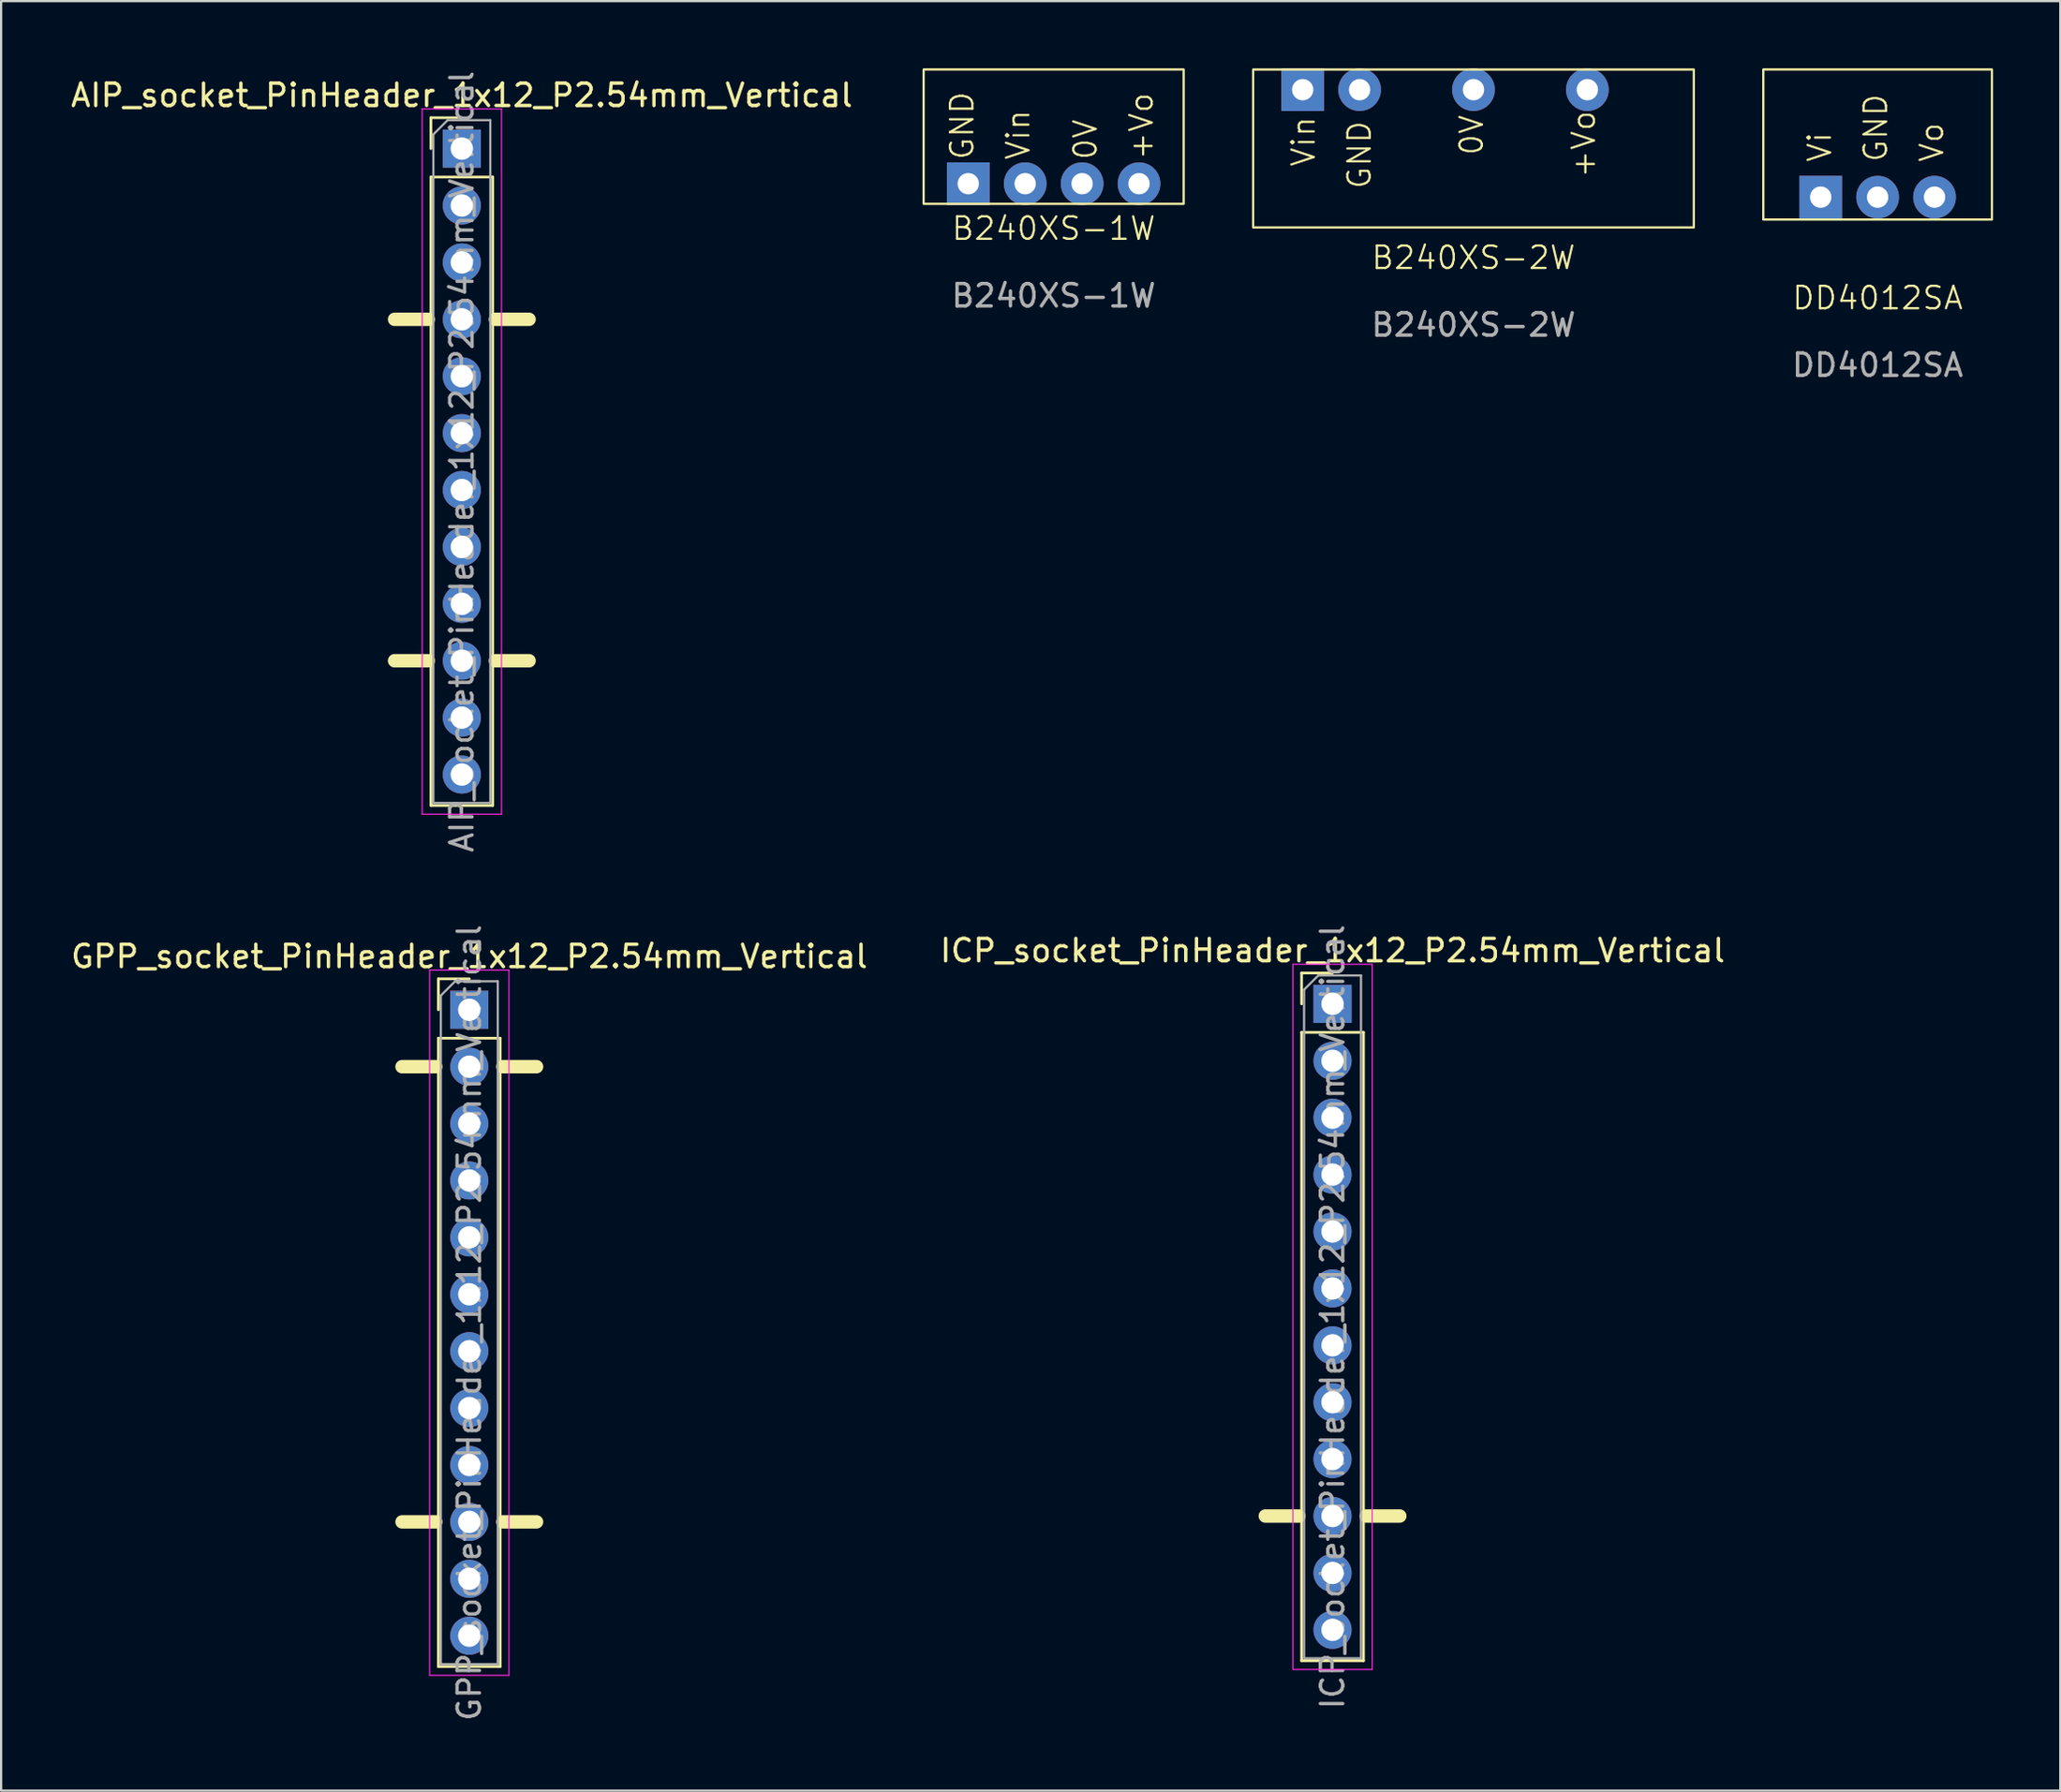
<source format=kicad_pcb>
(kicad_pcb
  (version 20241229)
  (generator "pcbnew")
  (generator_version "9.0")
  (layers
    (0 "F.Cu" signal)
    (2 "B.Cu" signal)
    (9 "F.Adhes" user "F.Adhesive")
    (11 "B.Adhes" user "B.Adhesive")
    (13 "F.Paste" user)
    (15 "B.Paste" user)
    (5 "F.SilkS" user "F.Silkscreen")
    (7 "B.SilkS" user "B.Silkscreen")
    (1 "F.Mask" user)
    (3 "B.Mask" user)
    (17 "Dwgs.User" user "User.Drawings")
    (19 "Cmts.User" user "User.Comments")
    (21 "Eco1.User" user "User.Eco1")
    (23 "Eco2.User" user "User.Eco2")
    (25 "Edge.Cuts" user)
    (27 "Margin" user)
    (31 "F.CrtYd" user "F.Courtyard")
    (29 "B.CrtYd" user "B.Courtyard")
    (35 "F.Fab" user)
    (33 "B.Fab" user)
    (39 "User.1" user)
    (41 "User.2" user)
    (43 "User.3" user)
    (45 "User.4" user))
  (footprint "AIP_socket_PinHeader_1x12_P2.54mm_Vertical"
    (layer "F.Cu")
    (at 17.554 3.584)
    (property "Reference" "AIP_socket_PinHeader_1x12_P2.54mm_Vertical" (at 0 -2.38 0) (layer "F.SilkS") (effects (font (size 1 1) (thickness 0.15))))
    (attr through_hole)
    (fp_line (start -1.5 7.62) (end -3 7.62) (stroke (width 0.6) (type solid)) (layer "F.SilkS"))
    (fp_line (start -1.5 22.86) (end -3 22.86) (stroke (width 0.6) (type solid)) (layer "F.SilkS"))
    (fp_line (start -1.38 -1.38) (end 0 -1.38) (stroke (width 0.12) (type solid)) (layer "F.SilkS"))
    (fp_line (start -1.38 0) (end -1.38 -1.38) (stroke (width 0.12) (type solid)) (layer "F.SilkS"))
    (fp_line (start -1.38 1.27) (end -1.38 29.32) (stroke (width 0.12) (type solid)) (layer "F.SilkS"))
    (fp_line (start -1.38 1.27) (end 1.38 1.27) (stroke (width 0.12) (type solid)) (layer "F.SilkS"))
    (fp_line (start -1.38 29.32) (end 1.38 29.32) (stroke (width 0.12) (type solid)) (layer "F.SilkS"))
    (fp_line (start 1.38 1.27) (end 1.38 29.32) (stroke (width 0.12) (type solid)) (layer "F.SilkS"))
    (fp_line (start 3 7.62) (end 1.5 7.62) (stroke (width 0.6) (type solid)) (layer "F.SilkS"))
    (fp_line (start 3 22.86) (end 1.5 22.86) (stroke (width 0.6) (type solid)) (layer "F.SilkS"))
    (fp_line (start -1.77 -1.77) (end -1.77 29.71) (stroke (width 0.05) (type solid)) (layer "F.CrtYd"))
    (fp_line (start -1.77 29.71) (end 1.77 29.71) (stroke (width 0.05) (type solid)) (layer "F.CrtYd"))
    (fp_line (start 1.77 -1.77) (end -1.77 -1.77) (stroke (width 0.05) (type solid)) (layer "F.CrtYd"))
    (fp_line (start 1.77 29.71) (end 1.77 -1.77) (stroke (width 0.05) (type solid)) (layer "F.CrtYd"))
    (fp_line (start -1.27 -0.635) (end -0.635 -1.27) (stroke (width 0.1) (type solid)) (layer "F.Fab"))
    (fp_line (start -1.27 29.21) (end -1.27 -0.635) (stroke (width 0.1) (type solid)) (layer "F.Fab"))
    (fp_line (start -0.635 -1.27) (end 1.27 -1.27) (stroke (width 0.1) (type solid)) (layer "F.Fab"))
    (fp_line (start 1.27 -1.27) (end 1.27 29.21) (stroke (width 0.1) (type solid)) (layer "F.Fab"))
    (fp_line (start 1.27 29.21) (end -1.27 29.21) (stroke (width 0.1) (type solid)) (layer "F.Fab"))
    (fp_text user "${REFERENCE}" (at 0 13.97 90) (layer "F.Fab") (effects (font (size 1 1) (thickness 0.15))))
    (pad "1" thru_hole rect (at 0 0) (size 1.7 1.7) (drill 1) (layers "*.Cu" "*.Mask"))
    (pad "2" thru_hole circle (at 0 2.54) (size 1.7 1.7) (drill 1) (layers "*.Cu" "*.Mask"))
    (pad "3" thru_hole circle (at 0 5.08) (size 1.7 1.7) (drill 1) (layers "*.Cu" "*.Mask"))
    (pad "4" thru_hole circle (at 0 7.62) (size 1.7 1.7) (drill 1) (layers "*.Cu" "*.Mask"))
    (pad "5" thru_hole circle (at 0 10.16) (size 1.7 1.7) (drill 1) (layers "*.Cu" "*.Mask"))
    (pad "6" thru_hole circle (at 0 12.7) (size 1.7 1.7) (drill 1) (layers "*.Cu" "*.Mask"))
    (pad "7" thru_hole circle (at 0 15.24) (size 1.7 1.7) (drill 1) (layers "*.Cu" "*.Mask"))
    (pad "8" thru_hole circle (at 0 17.78) (size 1.7 1.7) (drill 1) (layers "*.Cu" "*.Mask"))
    (pad "9" thru_hole circle (at 0 20.32) (size 1.7 1.7) (drill 1) (layers "*.Cu" "*.Mask"))
    (pad "10" thru_hole circle (at 0 22.86) (size 1.7 1.7) (drill 1) (layers "*.Cu" "*.Mask"))
    (pad "11" thru_hole circle (at 0 25.4) (size 1.7 1.7) (drill 1) (layers "*.Cu" "*.Mask"))
    (pad "12" thru_hole circle (at 0 27.94) (size 1.7 1.7) (drill 1) (layers "*.Cu" "*.Mask")))
  (footprint "ICP_socket_PinHeader_1x12_P2.54mm_Vertical"
    (layer "F.Cu")
    (at 56.399 41.762)
    (property "Reference" "ICP_socket_PinHeader_1x12_P2.54mm_Vertical" (at 0 -2.38 0) (layer "F.SilkS") (effects (font (size 1 1) (thickness 0.15))))
    (attr through_hole)
    (fp_line (start -1.5 22.86) (end -3 22.86) (stroke (width 0.6) (type solid)) (layer "F.SilkS"))
    (fp_line (start -1.38 -1.38) (end 0 -1.38) (stroke (width 0.12) (type solid)) (layer "F.SilkS"))
    (fp_line (start -1.38 0) (end -1.38 -1.38) (stroke (width 0.12) (type solid)) (layer "F.SilkS"))
    (fp_line (start -1.38 1.27) (end -1.38 29.32) (stroke (width 0.12) (type solid)) (layer "F.SilkS"))
    (fp_line (start -1.38 1.27) (end 1.38 1.27) (stroke (width 0.12) (type solid)) (layer "F.SilkS"))
    (fp_line (start -1.38 29.32) (end 1.38 29.32) (stroke (width 0.12) (type solid)) (layer "F.SilkS"))
    (fp_line (start 1.38 1.27) (end 1.38 29.32) (stroke (width 0.12) (type solid)) (layer "F.SilkS"))
    (fp_line (start 3 22.86) (end 1.5 22.86) (stroke (width 0.6) (type solid)) (layer "F.SilkS"))
    (fp_line (start -1.77 -1.77) (end -1.77 29.71) (stroke (width 0.05) (type solid)) (layer "F.CrtYd"))
    (fp_line (start -1.77 29.71) (end 1.77 29.71) (stroke (width 0.05) (type solid)) (layer "F.CrtYd"))
    (fp_line (start 1.77 -1.77) (end -1.77 -1.77) (stroke (width 0.05) (type solid)) (layer "F.CrtYd"))
    (fp_line (start 1.77 29.71) (end 1.77 -1.77) (stroke (width 0.05) (type solid)) (layer "F.CrtYd"))
    (fp_line (start -1.27 -0.635) (end -0.635 -1.27) (stroke (width 0.1) (type solid)) (layer "F.Fab"))
    (fp_line (start -1.27 29.21) (end -1.27 -0.635) (stroke (width 0.1) (type solid)) (layer "F.Fab"))
    (fp_line (start -0.635 -1.27) (end 1.27 -1.27) (stroke (width 0.1) (type solid)) (layer "F.Fab"))
    (fp_line (start 1.27 -1.27) (end 1.27 29.21) (stroke (width 0.1) (type solid)) (layer "F.Fab"))
    (fp_line (start 1.27 29.21) (end -1.27 29.21) (stroke (width 0.1) (type solid)) (layer "F.Fab"))
    (fp_text user "${REFERENCE}" (at 0 13.97 90) (layer "F.Fab") (effects (font (size 1 1) (thickness 0.15))))
    (pad "1" thru_hole rect (at 0 0) (size 1.7 1.7) (drill 1) (layers "*.Cu" "*.Mask"))
    (pad "2" thru_hole circle (at 0 2.54) (size 1.7 1.7) (drill 1) (layers "*.Cu" "*.Mask"))
    (pad "3" thru_hole circle (at 0 5.08) (size 1.7 1.7) (drill 1) (layers "*.Cu" "*.Mask"))
    (pad "4" thru_hole circle (at 0 7.62) (size 1.7 1.7) (drill 1) (layers "*.Cu" "*.Mask"))
    (pad "5" thru_hole circle (at 0 10.16) (size 1.7 1.7) (drill 1) (layers "*.Cu" "*.Mask"))
    (pad "6" thru_hole circle (at 0 12.7) (size 1.7 1.7) (drill 1) (layers "*.Cu" "*.Mask"))
    (pad "7" thru_hole circle (at 0 15.24) (size 1.7 1.7) (drill 1) (layers "*.Cu" "*.Mask"))
    (pad "8" thru_hole circle (at 0 17.78) (size 1.7 1.7) (drill 1) (layers "*.Cu" "*.Mask"))
    (pad "9" thru_hole circle (at 0 20.32) (size 1.7 1.7) (drill 1) (layers "*.Cu" "*.Mask"))
    (pad "10" thru_hole circle (at 0 22.86) (size 1.7 1.7) (drill 1) (layers "*.Cu" "*.Mask"))
    (pad "11" thru_hole circle (at 0 25.4) (size 1.7 1.7) (drill 1) (layers "*.Cu" "*.Mask"))
    (pad "12" thru_hole circle (at 0 27.94) (size 1.7 1.7) (drill 1) (layers "*.Cu" "*.Mask")))
  (footprint "GPP_socket_PinHeader_1x12_P2.54mm_Vertical"
    (layer "F.Cu")
    (at 17.887 42.024)
    (property "Reference" "GPP_socket_PinHeader_1x12_P2.54mm_Vertical" (at 0 -2.38 0) (layer "F.SilkS") (effects (font (size 1 1) (thickness 0.15))))
    (attr through_hole)
    (fp_line (start -1.5 2.54) (end -3 2.54) (stroke (width 0.6) (type solid)) (layer "F.SilkS"))
    (fp_line (start -1.5 22.86) (end -3 22.86) (stroke (width 0.6) (type solid)) (layer "F.SilkS"))
    (fp_line (start -1.38 -1.38) (end 0 -1.38) (stroke (width 0.12) (type solid)) (layer "F.SilkS"))
    (fp_line (start -1.38 0) (end -1.38 -1.38) (stroke (width 0.12) (type solid)) (layer "F.SilkS"))
    (fp_line (start -1.38 1.27) (end -1.38 29.32) (stroke (width 0.12) (type solid)) (layer "F.SilkS"))
    (fp_line (start -1.38 1.27) (end 1.38 1.27) (stroke (width 0.12) (type solid)) (layer "F.SilkS"))
    (fp_line (start -1.38 29.32) (end 1.38 29.32) (stroke (width 0.12) (type solid)) (layer "F.SilkS"))
    (fp_line (start 1.38 1.27) (end 1.38 29.32) (stroke (width 0.12) (type solid)) (layer "F.SilkS"))
    (fp_line (start 3 2.54) (end 1.5 2.54) (stroke (width 0.6) (type solid)) (layer "F.SilkS"))
    (fp_line (start 3 22.86) (end 1.5 22.86) (stroke (width 0.6) (type solid)) (layer "F.SilkS"))
    (fp_line (start -1.77 -1.77) (end -1.77 29.71) (stroke (width 0.05) (type solid)) (layer "F.CrtYd"))
    (fp_line (start -1.77 29.71) (end 1.77 29.71) (stroke (width 0.05) (type solid)) (layer "F.CrtYd"))
    (fp_line (start 1.77 -1.77) (end -1.77 -1.77) (stroke (width 0.05) (type solid)) (layer "F.CrtYd"))
    (fp_line (start 1.77 29.71) (end 1.77 -1.77) (stroke (width 0.05) (type solid)) (layer "F.CrtYd"))
    (fp_line (start -1.27 -0.635) (end -0.635 -1.27) (stroke (width 0.1) (type solid)) (layer "F.Fab"))
    (fp_line (start -1.27 29.21) (end -1.27 -0.635) (stroke (width 0.1) (type solid)) (layer "F.Fab"))
    (fp_line (start -0.635 -1.27) (end 1.27 -1.27) (stroke (width 0.1) (type solid)) (layer "F.Fab"))
    (fp_line (start 1.27 -1.27) (end 1.27 29.21) (stroke (width 0.1) (type solid)) (layer "F.Fab"))
    (fp_line (start 1.27 29.21) (end -1.27 29.21) (stroke (width 0.1) (type solid)) (layer "F.Fab"))
    (fp_text user "${REFERENCE}" (at 0 13.97 90) (layer "F.Fab") (effects (font (size 1 1) (thickness 0.15))))
    (pad "1" thru_hole rect (at 0 0) (size 1.7 1.7) (drill 1) (layers "*.Cu" "*.Mask"))
    (pad "2" thru_hole circle (at 0 2.54) (size 1.7 1.7) (drill 1) (layers "*.Cu" "*.Mask"))
    (pad "3" thru_hole circle (at 0 5.08) (size 1.7 1.7) (drill 1) (layers "*.Cu" "*.Mask"))
    (pad "4" thru_hole circle (at 0 7.62) (size 1.7 1.7) (drill 1) (layers "*.Cu" "*.Mask"))
    (pad "5" thru_hole circle (at 0 10.16) (size 1.7 1.7) (drill 1) (layers "*.Cu" "*.Mask"))
    (pad "6" thru_hole circle (at 0 12.7) (size 1.7 1.7) (drill 1) (layers "*.Cu" "*.Mask"))
    (pad "7" thru_hole circle (at 0 15.24) (size 1.7 1.7) (drill 1) (layers "*.Cu" "*.Mask"))
    (pad "8" thru_hole circle (at 0 17.78) (size 1.7 1.7) (drill 1) (layers "*.Cu" "*.Mask"))
    (pad "9" thru_hole circle (at 0 20.32) (size 1.7 1.7) (drill 1) (layers "*.Cu" "*.Mask"))
    (pad "10" thru_hole circle (at 0 22.86) (size 1.7 1.7) (drill 1) (layers "*.Cu" "*.Mask"))
    (pad "11" thru_hole circle (at 0 25.4) (size 1.7 1.7) (drill 1) (layers "*.Cu" "*.Mask"))
    (pad "12" thru_hole circle (at 0 27.94) (size 1.7 1.7) (drill 1) (layers "*.Cu" "*.Mask")))
  (footprint "B240XS-1W"
    (layer "F.Cu")
    (at 43.957 5.15)
    (property "Reference" "B240XS-1W" (at 0 2 0) (unlocked yes) (layer "F.SilkS") (effects (font (size 1 1) (thickness 0.1))))
    (attr through_hole)
    (fp_rect (start -5.8 0.9) (end 5.8 -5.1) (stroke (width 0.1) (type solid)) (fill no) (layer "F.SilkS"))
    (fp_text user "+Vo" (at 4.5 -1 90) (unlocked yes) (layer "F.SilkS") (effects (font (size 1 1) (thickness 0.1)) (justify left bottom)))
    (fp_text user "GND" (at -3.5 -1 90) (unlocked yes) (layer "F.SilkS") (effects (font (size 1 1) (thickness 0.1)) (justify left bottom)))
    (fp_text user "Vin" (at -1 -1 90) (unlocked yes) (layer "F.SilkS") (effects (font (size 1 1) (thickness 0.1)) (justify left bottom)))
    (fp_text user "0V" (at 2 -1 90) (unlocked yes) (layer "F.SilkS") (effects (font (size 1 1) (thickness 0.1)) (justify left bottom)))
    (fp_text user "${REFERENCE}" (at 0 5 0) (unlocked yes) (layer "F.Fab") (effects (font (size 1 1) (thickness 0.15))))
    (pad "1" thru_hole rect (at -3.81 0) (size 1.905 1.905) (drill 0.953) (layers "*.Cu" "*.Mask"))
    (pad "2" thru_hole circle (at -1.27 0) (size 1.905 1.905) (drill 0.953) (layers "*.Cu" "*.Mask"))
    (pad "3" thru_hole circle (at 1.27 0) (size 1.905 1.905) (drill 0.953) (layers "*.Cu" "*.Mask"))
    (pad "4" thru_hole circle (at 3.81 0) (size 1.905 1.905) (drill 0.953) (layers "*.Cu" "*.Mask")))
  (footprint "B240XS-2W"
    (layer "F.Cu")
    (at 62.687 0.953)
    (property "Reference" "B240XS-2W" (at 0 7.5 0) (unlocked yes) (layer "F.SilkS") (effects (font (size 1 1) (thickness 0.1))))
    (attr through_hole)
    (fp_rect (start -9.83 6.15) (end 9.83 -0.9) (stroke (width 0.1) (type solid)) (fill no) (layer "F.SilkS"))
    (fp_text user "GND" (at -4.5 4.5 90) (unlocked yes) (layer "F.SilkS") (effects (font (size 1 1) (thickness 0.1)) (justify left bottom)))
    (fp_text user "+Vo" (at 5.5 4 90) (unlocked yes) (layer "F.SilkS") (effects (font (size 1 1) (thickness 0.1)) (justify left bottom)))
    (fp_text user "Vin" (at -7 3.5 90) (unlocked yes) (layer "F.SilkS") (effects (font (size 1 1) (thickness 0.1)) (justify left bottom)))
    (fp_text user "0V" (at 0.5 3 90) (unlocked yes) (layer "F.SilkS") (effects (font (size 1 1) (thickness 0.1)) (justify left bottom)))
    (fp_text user "${REFERENCE}" (at 0 10.5 0) (unlocked yes) (layer "F.Fab") (effects (font (size 1 1) (thickness 0.15))))
    (pad "1" thru_hole rect (at -7.62 0) (size 1.905 1.905) (drill 0.953) (layers "*.Cu" "*.Mask"))
    (pad "2" thru_hole circle (at -5.08 0) (size 1.905 1.905) (drill 0.953) (layers "*.Cu" "*.Mask"))
    (pad "4" thru_hole circle (at 0 0) (size 1.905 1.905) (drill 0.953) (layers "*.Cu" "*.Mask"))
    (pad "6" thru_hole circle (at 5.08 0) (size 1.905 1.905) (drill 0.953) (layers "*.Cu" "*.Mask")))
  (footprint "DD4012SA"
    (layer "F.Cu")
    (at 80.717 5.75)
    (property "Reference" "DD4012SA" (at 0 4.5 0) (unlocked yes) (layer "F.SilkS") (effects (font (size 1 1) (thickness 0.1))))
    (attr through_hole)
    (fp_rect (start -5.1 -5.7) (end 5.1 1) (stroke (width 0.1) (type solid)) (fill no) (layer "F.SilkS"))
    (fp_text user "Vi" (at -2 -1.5 90) (unlocked yes) (layer "F.SilkS") (effects (font (size 1 1) (thickness 0.1)) (justify left bottom)))
    (fp_text user "Vo" (at 3 -1.5 90) (unlocked yes) (layer "F.SilkS") (effects (font (size 1 1) (thickness 0.1)) (justify left bottom)))
    (fp_text user "GND" (at 0.5 -1.5 90) (unlocked yes) (layer "F.SilkS") (effects (font (size 1 1) (thickness 0.1)) (justify left bottom)))
    (fp_text user "${REFERENCE}" (at 0 7.5 0) (unlocked yes) (layer "F.Fab") (effects (font (size 1 1) (thickness 0.15))))
    (pad "1" thru_hole rect (at -2.54 0) (size 1.905 1.905) (drill 0.953) (layers "*.Cu" "*.Mask"))
    (pad "2" thru_hole circle (at 0 0) (size 1.905 1.905) (drill 0.953) (layers "*.Cu" "*.Mask"))
    (pad "3" thru_hole circle (at 2.54 0) (size 1.905 1.905) (drill 0.953) (layers "*.Cu" "*.Mask")))
  (gr_rect
    (start -3 -3)
    (end 88.867 76.881)
    (stroke (width 0.1) (type default))
    (fill no)
    (layer "Edge.Cuts")))
</source>
